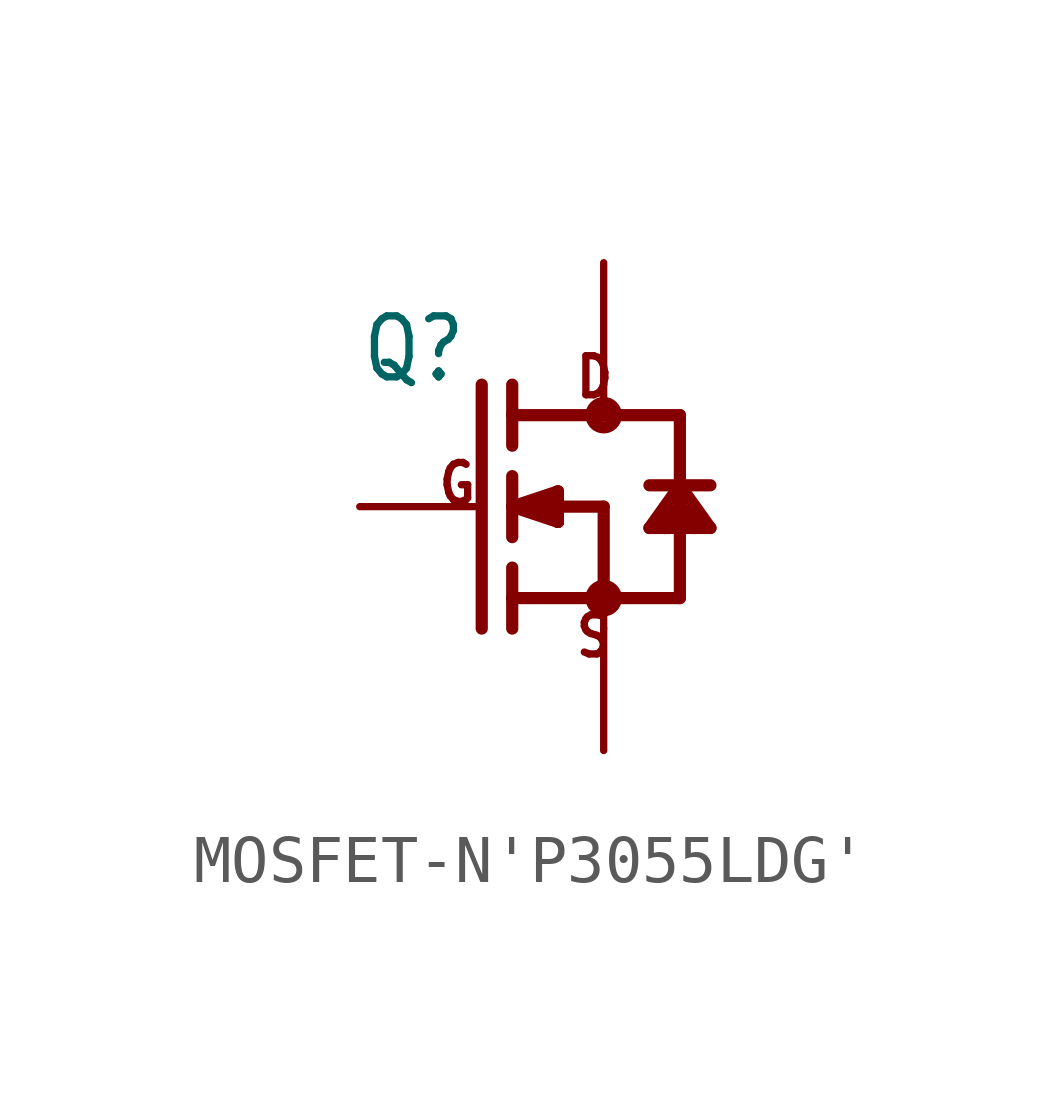
<source format=kicad_sym>
(kicad_symbol_lib
  (version 20241209)
  (generator "kicad_symbol_editor")
  (generator_version "9.0")
  (symbol "MOSFET-N'P3055LDG'"
    (property "Reference" "Q"
      (at -5.08 2.54 0)
      (effects (font (size 1.27 1.079)) (justify left bottom)))
    (property "Value" ""
      (at -5.08 1.27 0)
      (effects (font (size 1.27 1.079)) (justify left bottom)))
    (property "ki_locked" ""
      (at 0 0 0)
      (effects (font (size 1.27 1.27))))
    (symbol "MOSFET-N'P3055LDG'_1_0"
      (polyline (pts (xy -2.54 2.54) (xy -2.54 -2.54)) (stroke (width 0.254) (type solid)) (fill (type none)))
      (polyline (pts (xy -1.905 2.54) (xy -1.905 1.905)) (stroke (width 0.254) (type solid)) (fill (type none)))
      (polyline (pts (xy -1.905 1.905) (xy -1.905 1.27)) (stroke (width 0.254) (type solid)) (fill (type none)))
      (polyline (pts (xy -1.905 1.905) (xy 0 1.905)) (stroke (width 0.254) (type solid)) (fill (type none)))
      (polyline (pts (xy -1.905 0.635) (xy -1.905 0)) (stroke (width 0.254) (type solid)) (fill (type none)))
      (polyline (pts (xy -1.905 0) (xy -1.905 -0.635)) (stroke (width 0.254) (type solid)) (fill (type none)))
      (polyline (pts (xy -1.905 0) (xy -0.953 0.318)) (stroke (width 0.254) (type solid)) (fill (type none)))
      (polyline (pts (xy -1.905 0) (xy -0.953 -0.318)) (stroke (width 0.254) (type solid)) (fill (type none)))
      (polyline (pts (xy -1.905 -1.905) (xy -1.905 -1.27)) (stroke (width 0.254) (type solid)) (fill (type none)))
      (polyline (pts (xy -1.905 -1.905) (xy 0 -1.905)) (stroke (width 0.254) (type solid)) (fill (type none)))
      (polyline (pts (xy -1.905 -2.54) (xy -1.905 -1.905)) (stroke (width 0.254) (type solid)) (fill (type none)))
      (polyline (pts (xy -1.587 0) (xy -0.953 -0.318)) (stroke (width 0.254) (type solid)) (fill (type none)))
      (polyline (pts (xy -0.953 0.318) (xy -1.587 0)) (stroke (width 0.254) (type solid)) (fill (type none)))
      (polyline (pts (xy -0.953 -0.318) (xy -1.397 0.127)) (stroke (width 0.254) (type solid)) (fill (type none)))
      (polyline (pts (xy -0.953 -0.318) (xy -0.953 0.318)) (stroke (width 0.254) (type solid)) (fill (type none)))
      (polyline (pts (xy 0 2.54) (xy 0 1.905)) (stroke (width 0.152) (type solid)) (fill (type none)))
      (circle (center 0 1.905) (radius 0.254) (stroke (width 0.254) (type solid)) (fill (type none)))
      (polyline (pts (xy 0 1.905) (xy 1.587 1.905)) (stroke (width 0.254) (type solid)) (fill (type none)))
      (polyline (pts (xy 0 0) (xy -1.587 0)) (stroke (width 0.254) (type solid)) (fill (type none)))
      (polyline (pts (xy 0 0) (xy 0 -1.905)) (stroke (width 0.254) (type solid)) (fill (type none)))
      (polyline (pts (xy 0 -1.905) (xy 0 -2.54)) (stroke (width 0.152) (type solid)) (fill (type none)))
      (circle (center 0 -1.905) (radius 0.254) (stroke (width 0.254) (type solid)) (fill (type none)))
      (polyline (pts (xy 0.953 -0.445) (xy 1.587 0.445)) (stroke (width 0.254) (type solid)) (fill (type none)))
      (polyline (pts (xy 1.27 -0.445) (xy 0.953 -0.445)) (stroke (width 0.254) (type solid)) (fill (type none)))
      (polyline (pts (xy 1.587 0.445) (xy 0.953 0.445)) (stroke (width 0.254) (type solid)) (fill (type none)))
      (polyline (pts (xy 1.587 0.445) (xy 1.587 1.905)) (stroke (width 0.254) (type solid)) (fill (type none)))
      (polyline (pts (xy 1.587 0.445) (xy 2.223 -0.445)) (stroke (width 0.254) (type solid)) (fill (type none)))
      (polyline (pts (xy 1.587 0) (xy 1.27 -0.318)) (stroke (width 0.254) (type solid)) (fill (type none)))
      (polyline (pts (xy 1.587 0) (xy 1.27 -0.445)) (stroke (width 0.254) (type solid)) (fill (type none)))
      (polyline (pts (xy 1.587 0) (xy 1.587 0.445)) (stroke (width 0.254) (type solid)) (fill (type none)))
      (polyline (pts (xy 1.587 -1.905) (xy 0 -1.905)) (stroke (width 0.254) (type solid)) (fill (type none)))
      (polyline (pts (xy 1.587 -1.905) (xy 1.587 0)) (stroke (width 0.254) (type solid)) (fill (type none)))
      (polyline (pts (xy 1.905 -0.318) (xy 1.587 0)) (stroke (width 0.254) (type solid)) (fill (type none)))
      (polyline (pts (xy 1.905 -0.445) (xy 1.27 -0.445)) (stroke (width 0.254) (type solid)) (fill (type none)))
      (polyline (pts (xy 1.905 -0.445) (xy 1.587 0)) (stroke (width 0.254) (type solid)) (fill (type none)))
      (polyline (pts (xy 2.223 0.445) (xy 1.587 0.445)) (stroke (width 0.254) (type solid)) (fill (type none)))
      (polyline (pts (xy 2.223 -0.445) (xy 1.905 -0.445)) (stroke (width 0.254) (type solid)) (fill (type none)))
      (text "G" (at -3.493 0 0) (effects (font (size 0.813 0.691)) (justify left bottom)))
      (text "D" (at -0.635 2.223 0) (effects (font (size 0.813 0.691)) (justify left bottom)))
      (text "S" (at -0.635 -3.175 0) (effects (font (size 0.813 0.691)) (justify left bottom)))
      (pin passive line (at -5.08 0 0) (length 2.54) (name "G" (effects (font (size 0 0)))) (number "1" (effects (font (size 0 0)))))
      (pin passive line (at 0 5.08 270) (length 2.54) (name "D" (effects (font (size 0 0)))) (number "2" (effects (font (size 0 0)))))
      (pin passive line (at 0 -5.08 90) (length 2.54) (name "S" (effects (font (size 0 0)))) (number "3" (effects (font (size 0 0))))))))
</source>
